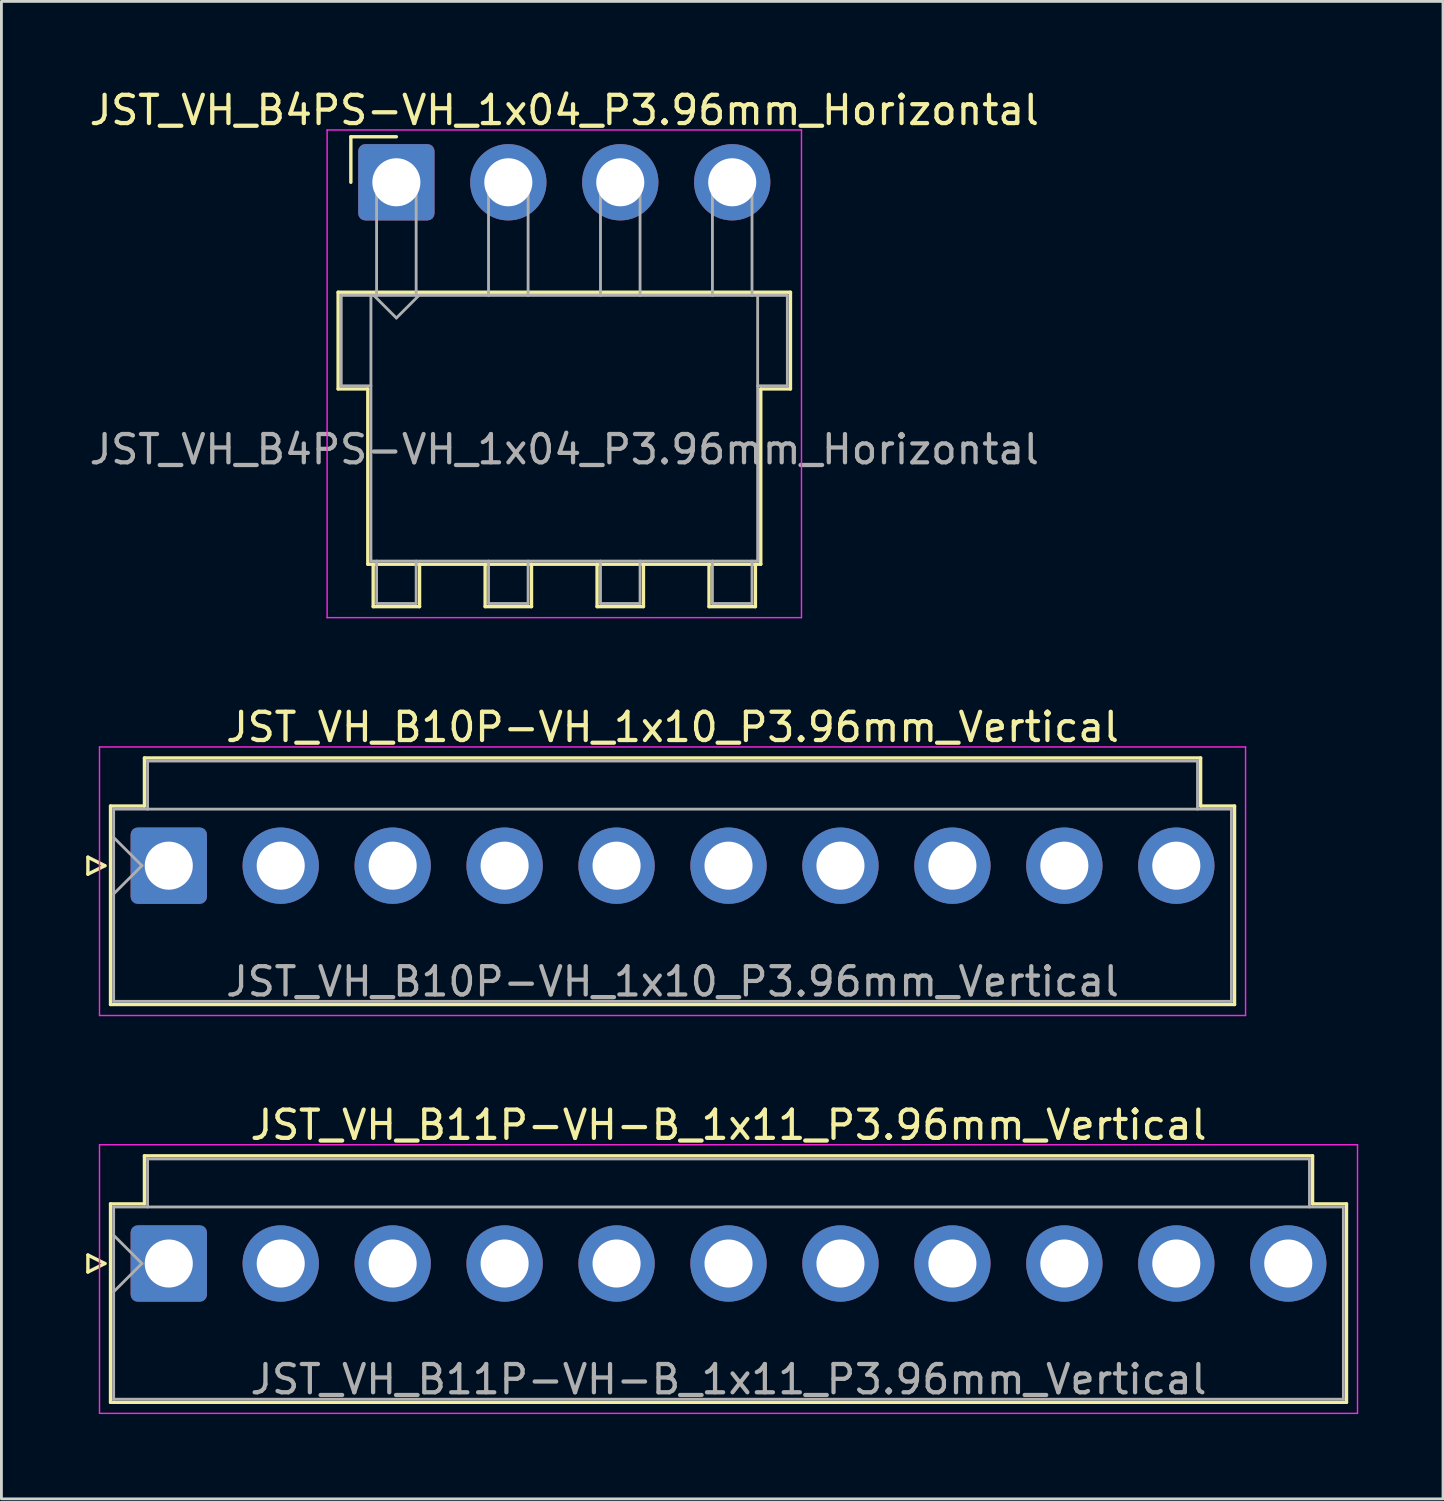
<source format=kicad_pcb>
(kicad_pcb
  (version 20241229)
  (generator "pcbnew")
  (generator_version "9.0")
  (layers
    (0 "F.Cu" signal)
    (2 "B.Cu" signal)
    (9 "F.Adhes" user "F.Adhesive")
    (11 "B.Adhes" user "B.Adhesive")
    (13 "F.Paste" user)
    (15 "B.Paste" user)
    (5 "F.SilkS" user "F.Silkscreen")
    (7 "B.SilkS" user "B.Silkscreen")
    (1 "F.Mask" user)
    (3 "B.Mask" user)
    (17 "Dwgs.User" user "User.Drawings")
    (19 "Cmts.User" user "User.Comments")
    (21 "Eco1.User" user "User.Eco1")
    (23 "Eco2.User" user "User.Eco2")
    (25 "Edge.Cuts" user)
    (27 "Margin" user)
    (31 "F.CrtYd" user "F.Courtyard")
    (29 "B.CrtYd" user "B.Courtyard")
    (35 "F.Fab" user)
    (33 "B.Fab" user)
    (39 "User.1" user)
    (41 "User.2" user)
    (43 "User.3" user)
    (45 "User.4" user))
  (footprint "JST_VH_B4PS-VH_1x04_P3.96mm_Horizontal"
    (layer "F.Cu")
    (at 10.971 3.398)
    (property "Reference" "JST_VH_B4PS-VH_1x04_P3.96mm_Horizontal" (at 5.94 -2.55 0) (layer "F.SilkS") (effects (font (size 1 1) (thickness 0.15))))
    (attr through_hole)
    (fp_line (start -2.06 3.89) (end 13.94 3.89) (stroke (width 0.12) (type solid)) (layer "F.SilkS"))
    (fp_line (start -2.06 7.31) (end -2.06 3.89) (stroke (width 0.12) (type solid)) (layer "F.SilkS"))
    (fp_line (start -1.61 -1.61) (end -1.61 0) (stroke (width 0.12) (type solid)) (layer "F.SilkS"))
    (fp_line (start -1.01 7.31) (end -2.06 7.31) (stroke (width 0.12) (type solid)) (layer "F.SilkS"))
    (fp_line (start -1.01 13.51) (end -1.01 7.31) (stroke (width 0.12) (type solid)) (layer "F.SilkS"))
    (fp_line (start -0.82 13.51) (end -0.82 15.01) (stroke (width 0.12) (type solid)) (layer "F.SilkS"))
    (fp_line (start -0.82 15.01) (end 0.82 15.01) (stroke (width 0.12) (type solid)) (layer "F.SilkS"))
    (fp_line (start 0 -1.61) (end -1.61 -1.61) (stroke (width 0.12) (type solid)) (layer "F.SilkS"))
    (fp_line (start 0.82 15.01) (end 0.82 13.51) (stroke (width 0.12) (type solid)) (layer "F.SilkS"))
    (fp_line (start 3.14 13.51) (end 3.14 15.01) (stroke (width 0.12) (type solid)) (layer "F.SilkS"))
    (fp_line (start 3.14 15.01) (end 4.78 15.01) (stroke (width 0.12) (type solid)) (layer "F.SilkS"))
    (fp_line (start 4.78 15.01) (end 4.78 13.51) (stroke (width 0.12) (type solid)) (layer "F.SilkS"))
    (fp_line (start 7.1 13.51) (end 7.1 15.01) (stroke (width 0.12) (type solid)) (layer "F.SilkS"))
    (fp_line (start 7.1 15.01) (end 8.74 15.01) (stroke (width 0.12) (type solid)) (layer "F.SilkS"))
    (fp_line (start 8.74 15.01) (end 8.74 13.51) (stroke (width 0.12) (type solid)) (layer "F.SilkS"))
    (fp_line (start 11.06 13.51) (end 11.06 15.01) (stroke (width 0.12) (type solid)) (layer "F.SilkS"))
    (fp_line (start 11.06 15.01) (end 12.7 15.01) (stroke (width 0.12) (type solid)) (layer "F.SilkS"))
    (fp_line (start 12.7 15.01) (end 12.7 13.51) (stroke (width 0.12) (type solid)) (layer "F.SilkS"))
    (fp_line (start 12.89 7.31) (end 12.89 13.51) (stroke (width 0.12) (type solid)) (layer "F.SilkS"))
    (fp_line (start 12.89 13.51) (end -1.01 13.51) (stroke (width 0.12) (type solid)) (layer "F.SilkS"))
    (fp_line (start 13.94 3.89) (end 13.94 7.31) (stroke (width 0.12) (type solid)) (layer "F.SilkS"))
    (fp_line (start 13.94 7.31) (end 12.89 7.31) (stroke (width 0.12) (type solid)) (layer "F.SilkS"))
    (fp_line (start -2.45 -1.85) (end -2.45 15.4) (stroke (width 0.05) (type solid)) (layer "F.CrtYd"))
    (fp_line (start -2.45 15.4) (end 14.33 15.4) (stroke (width 0.05) (type solid)) (layer "F.CrtYd"))
    (fp_line (start 14.33 -1.85) (end -2.45 -1.85) (stroke (width 0.05) (type solid)) (layer "F.CrtYd"))
    (fp_line (start 14.33 15.4) (end 14.33 -1.85) (stroke (width 0.05) (type solid)) (layer "F.CrtYd"))
    (fp_line (start -1.95 4) (end -0.9 4) (stroke (width 0.1) (type solid)) (layer "F.Fab"))
    (fp_line (start -1.95 7.2) (end -1.95 4) (stroke (width 0.1) (type solid)) (layer "F.Fab"))
    (fp_line (start -0.9 4) (end -0.9 13.4) (stroke (width 0.1) (type solid)) (layer "F.Fab"))
    (fp_line (start -0.9 7.2) (end -1.95 7.2) (stroke (width 0.1) (type solid)) (layer "F.Fab"))
    (fp_line (start -0.9 13.4) (end 12.78 13.4) (stroke (width 0.1) (type solid)) (layer "F.Fab"))
    (fp_line (start -0.8 4) (end 0 4.8) (stroke (width 0.1) (type solid)) (layer "F.Fab"))
    (fp_line (start -0.7 0) (end 0.7 0) (stroke (width 0.1) (type solid)) (layer "F.Fab"))
    (fp_line (start -0.7 4) (end -0.7 0) (stroke (width 0.1) (type solid)) (layer "F.Fab"))
    (fp_line (start -0.7 13.4) (end -0.7 14.9) (stroke (width 0.1) (type solid)) (layer "F.Fab"))
    (fp_line (start -0.7 14.9) (end 0.7 14.9) (stroke (width 0.1) (type solid)) (layer "F.Fab"))
    (fp_line (start 0 4.8) (end 0.8 4) (stroke (width 0.1) (type solid)) (layer "F.Fab"))
    (fp_line (start 0.7 0) (end 0.7 4) (stroke (width 0.1) (type solid)) (layer "F.Fab"))
    (fp_line (start 0.7 14.9) (end 0.7 13.4) (stroke (width 0.1) (type solid)) (layer "F.Fab"))
    (fp_line (start 3.26 0) (end 4.66 0) (stroke (width 0.1) (type solid)) (layer "F.Fab"))
    (fp_line (start 3.26 4) (end 3.26 0) (stroke (width 0.1) (type solid)) (layer "F.Fab"))
    (fp_line (start 3.26 13.4) (end 3.26 14.9) (stroke (width 0.1) (type solid)) (layer "F.Fab"))
    (fp_line (start 3.26 14.9) (end 4.66 14.9) (stroke (width 0.1) (type solid)) (layer "F.Fab"))
    (fp_line (start 4.66 0) (end 4.66 4) (stroke (width 0.1) (type solid)) (layer "F.Fab"))
    (fp_line (start 4.66 14.9) (end 4.66 13.4) (stroke (width 0.1) (type solid)) (layer "F.Fab"))
    (fp_line (start 7.22 0) (end 8.62 0) (stroke (width 0.1) (type solid)) (layer "F.Fab"))
    (fp_line (start 7.22 4) (end 7.22 0) (stroke (width 0.1) (type solid)) (layer "F.Fab"))
    (fp_line (start 7.22 13.4) (end 7.22 14.9) (stroke (width 0.1) (type solid)) (layer "F.Fab"))
    (fp_line (start 7.22 14.9) (end 8.62 14.9) (stroke (width 0.1) (type solid)) (layer "F.Fab"))
    (fp_line (start 8.62 0) (end 8.62 4) (stroke (width 0.1) (type solid)) (layer "F.Fab"))
    (fp_line (start 8.62 14.9) (end 8.62 13.4) (stroke (width 0.1) (type solid)) (layer "F.Fab"))
    (fp_line (start 11.18 0) (end 12.58 0) (stroke (width 0.1) (type solid)) (layer "F.Fab"))
    (fp_line (start 11.18 4) (end 11.18 0) (stroke (width 0.1) (type solid)) (layer "F.Fab"))
    (fp_line (start 11.18 13.4) (end 11.18 14.9) (stroke (width 0.1) (type solid)) (layer "F.Fab"))
    (fp_line (start 11.18 14.9) (end 12.58 14.9) (stroke (width 0.1) (type solid)) (layer "F.Fab"))
    (fp_line (start 12.58 0) (end 12.58 4) (stroke (width 0.1) (type solid)) (layer "F.Fab"))
    (fp_line (start 12.58 14.9) (end 12.58 13.4) (stroke (width 0.1) (type solid)) (layer "F.Fab"))
    (fp_line (start 12.78 4) (end -0.9 4) (stroke (width 0.1) (type solid)) (layer "F.Fab"))
    (fp_line (start 12.78 4) (end 13.83 4) (stroke (width 0.1) (type solid)) (layer "F.Fab"))
    (fp_line (start 12.78 13.4) (end 12.78 4) (stroke (width 0.1) (type solid)) (layer "F.Fab"))
    (fp_line (start 13.83 4) (end 13.83 7.2) (stroke (width 0.1) (type solid)) (layer "F.Fab"))
    (fp_line (start 13.83 7.2) (end 12.78 7.2) (stroke (width 0.1) (type solid)) (layer "F.Fab"))
    (fp_text user "${REFERENCE}" (at 5.94 9.45 0) (layer "F.Fab") (effects (font (size 1 1) (thickness 0.15))))
    (pad "1" thru_hole roundrect (at 0 0) (size 2.7 2.7) (drill 1.7) (layers "*.Cu" "*.Mask") (roundrect_rratio 0.093))
    (pad "2" thru_hole circle (at 3.96 0) (size 2.7 2.7) (drill 1.7) (layers "*.Cu" "*.Mask"))
    (pad "3" thru_hole circle (at 7.92 0) (size 2.7 2.7) (drill 1.7) (layers "*.Cu" "*.Mask"))
    (pad "4" thru_hole circle (at 11.88 0) (size 2.7 2.7) (drill 1.7) (layers "*.Cu" "*.Mask")))
  (footprint "JST_VH_B11P-VH-B_1x11_P3.96mm_Vertical"
    (layer "F.Cu")
    (at 2.92 41.645)
    (property "Reference" "JST_VH_B11P-VH-B_1x11_P3.96mm_Vertical" (at 19.8 -4.9 0) (layer "F.SilkS") (effects (font (size 1 1) (thickness 0.15))))
    (attr through_hole)
    (fp_line (start -2.86 -0.3) (end -2.26 0) (stroke (width 0.12) (type solid)) (layer "F.SilkS"))
    (fp_line (start -2.86 0.3) (end -2.86 -0.3) (stroke (width 0.12) (type solid)) (layer "F.SilkS"))
    (fp_line (start -2.26 0) (end -2.86 0.3) (stroke (width 0.12) (type solid)) (layer "F.SilkS"))
    (fp_line (start -2.06 -2.11) (end -0.86 -2.11) (stroke (width 0.12) (type solid)) (layer "F.SilkS"))
    (fp_line (start -2.06 4.91) (end -2.06 -2.11) (stroke (width 0.12) (type solid)) (layer "F.SilkS"))
    (fp_line (start -0.86 -3.81) (end 40.46 -3.81) (stroke (width 0.12) (type solid)) (layer "F.SilkS"))
    (fp_line (start -0.86 -2.11) (end -0.86 -3.81) (stroke (width 0.12) (type solid)) (layer "F.SilkS"))
    (fp_line (start 40.46 -3.81) (end 40.46 -2.11) (stroke (width 0.12) (type solid)) (layer "F.SilkS"))
    (fp_line (start 40.46 -2.11) (end 41.66 -2.11) (stroke (width 0.12) (type solid)) (layer "F.SilkS"))
    (fp_line (start 41.66 -2.11) (end 41.66 4.91) (stroke (width 0.12) (type solid)) (layer "F.SilkS"))
    (fp_line (start 41.66 4.91) (end -2.06 4.91) (stroke (width 0.12) (type solid)) (layer "F.SilkS"))
    (fp_line (start -2.45 -4.2) (end -2.45 5.3) (stroke (width 0.05) (type solid)) (layer "F.CrtYd"))
    (fp_line (start -2.45 5.3) (end 42.05 5.3) (stroke (width 0.05) (type solid)) (layer "F.CrtYd"))
    (fp_line (start 42.05 -4.2) (end -2.45 -4.2) (stroke (width 0.05) (type solid)) (layer "F.CrtYd"))
    (fp_line (start 42.05 5.3) (end 42.05 -4.2) (stroke (width 0.05) (type solid)) (layer "F.CrtYd"))
    (fp_line (start -1.95 -2) (end -1.95 4.8) (stroke (width 0.1) (type solid)) (layer "F.Fab"))
    (fp_line (start -1.95 -1) (end -0.95 0) (stroke (width 0.1) (type solid)) (layer "F.Fab"))
    (fp_line (start -1.95 1) (end -0.95 0) (stroke (width 0.1) (type solid)) (layer "F.Fab"))
    (fp_line (start -1.95 4.8) (end 41.55 4.8) (stroke (width 0.1) (type solid)) (layer "F.Fab"))
    (fp_line (start -0.75 -3.7) (end 40.35 -3.7) (stroke (width 0.1) (type solid)) (layer "F.Fab"))
    (fp_line (start -0.75 -2) (end -0.75 -3.7) (stroke (width 0.1) (type solid)) (layer "F.Fab"))
    (fp_line (start 40.35 -3.7) (end 40.35 -2) (stroke (width 0.1) (type solid)) (layer "F.Fab"))
    (fp_line (start 41.55 -2) (end -1.95 -2) (stroke (width 0.1) (type solid)) (layer "F.Fab"))
    (fp_line (start 41.55 4.8) (end 41.55 -2) (stroke (width 0.1) (type solid)) (layer "F.Fab"))
    (fp_text user "${REFERENCE}" (at 19.8 4.1 0) (layer "F.Fab") (effects (font (size 1 1) (thickness 0.15))))
    (pad "1" thru_hole roundrect (at 0 0) (size 2.7 2.7) (drill 1.7) (layers "*.Cu" "*.Mask") (roundrect_rratio 0.093))
    (pad "2" thru_hole circle (at 3.96 0) (size 2.7 2.7) (drill 1.7) (layers "*.Cu" "*.Mask"))
    (pad "3" thru_hole circle (at 7.92 0) (size 2.7 2.7) (drill 1.7) (layers "*.Cu" "*.Mask"))
    (pad "4" thru_hole circle (at 11.88 0) (size 2.7 2.7) (drill 1.7) (layers "*.Cu" "*.Mask"))
    (pad "5" thru_hole circle (at 15.84 0) (size 2.7 2.7) (drill 1.7) (layers "*.Cu" "*.Mask"))
    (pad "6" thru_hole circle (at 19.8 0) (size 2.7 2.7) (drill 1.7) (layers "*.Cu" "*.Mask"))
    (pad "7" thru_hole circle (at 23.76 0) (size 2.7 2.7) (drill 1.7) (layers "*.Cu" "*.Mask"))
    (pad "8" thru_hole circle (at 27.72 0) (size 2.7 2.7) (drill 1.7) (layers "*.Cu" "*.Mask"))
    (pad "9" thru_hole circle (at 31.68 0) (size 2.7 2.7) (drill 1.7) (layers "*.Cu" "*.Mask"))
    (pad "10" thru_hole circle (at 35.64 0) (size 2.7 2.7) (drill 1.7) (layers "*.Cu" "*.Mask"))
    (pad "11" thru_hole circle (at 39.6 0) (size 2.7 2.7) (drill 1.7) (layers "*.Cu" "*.Mask")))
  (footprint "JST_VH_B10P-VH_1x10_P3.96mm_Vertical"
    (layer "F.Cu")
    (at 2.92 27.572)
    (property "Reference" "JST_VH_B10P-VH_1x10_P3.96mm_Vertical" (at 17.82 -4.9 0) (layer "F.SilkS") (effects (font (size 1 1) (thickness 0.15))))
    (attr through_hole)
    (fp_line (start -2.86 -0.3) (end -2.26 0) (stroke (width 0.12) (type solid)) (layer "F.SilkS"))
    (fp_line (start -2.86 0.3) (end -2.86 -0.3) (stroke (width 0.12) (type solid)) (layer "F.SilkS"))
    (fp_line (start -2.26 0) (end -2.86 0.3) (stroke (width 0.12) (type solid)) (layer "F.SilkS"))
    (fp_line (start -2.06 -2.11) (end -0.86 -2.11) (stroke (width 0.12) (type solid)) (layer "F.SilkS"))
    (fp_line (start -2.06 4.91) (end -2.06 -2.11) (stroke (width 0.12) (type solid)) (layer "F.SilkS"))
    (fp_line (start -0.86 -3.81) (end 36.5 -3.81) (stroke (width 0.12) (type solid)) (layer "F.SilkS"))
    (fp_line (start -0.86 -2.11) (end -0.86 -3.81) (stroke (width 0.12) (type solid)) (layer "F.SilkS"))
    (fp_line (start 36.5 -3.81) (end 36.5 -2.11) (stroke (width 0.12) (type solid)) (layer "F.SilkS"))
    (fp_line (start 36.5 -2.11) (end 37.7 -2.11) (stroke (width 0.12) (type solid)) (layer "F.SilkS"))
    (fp_line (start 37.7 -2.11) (end 37.7 4.91) (stroke (width 0.12) (type solid)) (layer "F.SilkS"))
    (fp_line (start 37.7 4.91) (end -2.06 4.91) (stroke (width 0.12) (type solid)) (layer "F.SilkS"))
    (fp_line (start -2.45 -4.2) (end -2.45 5.3) (stroke (width 0.05) (type solid)) (layer "F.CrtYd"))
    (fp_line (start -2.45 5.3) (end 38.09 5.3) (stroke (width 0.05) (type solid)) (layer "F.CrtYd"))
    (fp_line (start 38.09 -4.2) (end -2.45 -4.2) (stroke (width 0.05) (type solid)) (layer "F.CrtYd"))
    (fp_line (start 38.09 5.3) (end 38.09 -4.2) (stroke (width 0.05) (type solid)) (layer "F.CrtYd"))
    (fp_line (start -1.95 -2) (end -1.95 4.8) (stroke (width 0.1) (type solid)) (layer "F.Fab"))
    (fp_line (start -1.95 -1) (end -0.95 0) (stroke (width 0.1) (type solid)) (layer "F.Fab"))
    (fp_line (start -1.95 1) (end -0.95 0) (stroke (width 0.1) (type solid)) (layer "F.Fab"))
    (fp_line (start -1.95 4.8) (end 37.59 4.8) (stroke (width 0.1) (type solid)) (layer "F.Fab"))
    (fp_line (start -0.75 -3.7) (end 36.39 -3.7) (stroke (width 0.1) (type solid)) (layer "F.Fab"))
    (fp_line (start -0.75 -2) (end -0.75 -3.7) (stroke (width 0.1) (type solid)) (layer "F.Fab"))
    (fp_line (start 36.39 -3.7) (end 36.39 -2) (stroke (width 0.1) (type solid)) (layer "F.Fab"))
    (fp_line (start 37.59 -2) (end -1.95 -2) (stroke (width 0.1) (type solid)) (layer "F.Fab"))
    (fp_line (start 37.59 4.8) (end 37.59 -2) (stroke (width 0.1) (type solid)) (layer "F.Fab"))
    (fp_text user "${REFERENCE}" (at 17.82 4.1 0) (layer "F.Fab") (effects (font (size 1 1) (thickness 0.15))))
    (pad "1" thru_hole roundrect (at 0 0) (size 2.7 2.7) (drill 1.7) (layers "*.Cu" "*.Mask") (roundrect_rratio 0.093))
    (pad "2" thru_hole circle (at 3.96 0) (size 2.7 2.7) (drill 1.7) (layers "*.Cu" "*.Mask"))
    (pad "3" thru_hole circle (at 7.92 0) (size 2.7 2.7) (drill 1.7) (layers "*.Cu" "*.Mask"))
    (pad "4" thru_hole circle (at 11.88 0) (size 2.7 2.7) (drill 1.7) (layers "*.Cu" "*.Mask"))
    (pad "5" thru_hole circle (at 15.84 0) (size 2.7 2.7) (drill 1.7) (layers "*.Cu" "*.Mask"))
    (pad "6" thru_hole circle (at 19.8 0) (size 2.7 2.7) (drill 1.7) (layers "*.Cu" "*.Mask"))
    (pad "7" thru_hole circle (at 23.76 0) (size 2.7 2.7) (drill 1.7) (layers "*.Cu" "*.Mask"))
    (pad "8" thru_hole circle (at 27.72 0) (size 2.7 2.7) (drill 1.7) (layers "*.Cu" "*.Mask"))
    (pad "9" thru_hole circle (at 31.68 0) (size 2.7 2.7) (drill 1.7) (layers "*.Cu" "*.Mask"))
    (pad "10" thru_hole circle (at 35.64 0) (size 2.7 2.7) (drill 1.7) (layers "*.Cu" "*.Mask")))
  (gr_rect
    (start -3 -3)
    (end 47.995 49.97)
    (stroke (width 0.1) (type default))
    (fill no)
    (layer "Edge.Cuts")))
</source>
